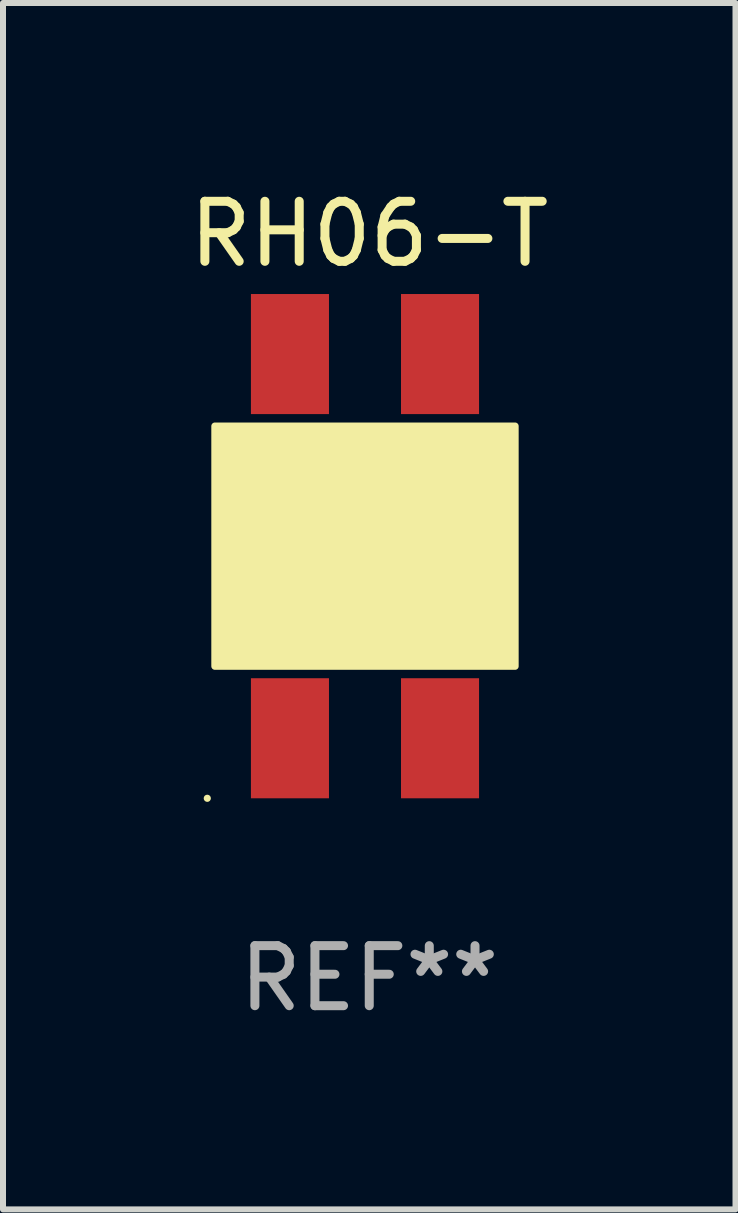
<source format=kicad_pcb>
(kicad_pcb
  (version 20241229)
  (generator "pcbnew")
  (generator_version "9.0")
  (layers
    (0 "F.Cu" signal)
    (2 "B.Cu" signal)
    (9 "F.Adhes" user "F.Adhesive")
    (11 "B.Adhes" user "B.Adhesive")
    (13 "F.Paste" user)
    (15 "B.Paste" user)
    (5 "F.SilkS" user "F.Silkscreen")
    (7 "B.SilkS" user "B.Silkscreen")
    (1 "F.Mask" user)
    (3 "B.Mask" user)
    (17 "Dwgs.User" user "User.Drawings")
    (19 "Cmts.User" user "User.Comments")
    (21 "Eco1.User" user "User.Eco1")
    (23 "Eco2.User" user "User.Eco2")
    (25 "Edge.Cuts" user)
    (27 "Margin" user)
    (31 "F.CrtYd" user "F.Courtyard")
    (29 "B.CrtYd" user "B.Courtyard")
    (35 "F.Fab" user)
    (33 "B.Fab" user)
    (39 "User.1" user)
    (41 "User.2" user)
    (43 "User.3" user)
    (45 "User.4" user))
  (footprint "RH06-T"
    (layer "F.Cu")
    (at 3.101 6.048)
    (property "Reference" "RH06-T" (at 0 -5.2 0) (layer "F.SilkS") (effects (font (size 1 1) (thickness 0.15))))
    (attr through_hole)
    (fp_line (start -1.88 1.446) (end -1.448 0.966) (stroke (width 0.387) (type solid)) (layer "F.SilkS"))
    (fp_line (start -1.702 -1.168) (end -0.737 -1.168) (stroke (width 0.387) (type solid)) (layer "F.SilkS"))
    (fp_line (start -1.448 0.966) (end -0.965 1.446) (stroke (width 0.387) (type solid)) (layer "F.SilkS"))
    (fp_line (start 0.965 -1.092) (end 1.803 -1.092) (stroke (width 0.387) (type solid)) (layer "F.SilkS"))
    (fp_line (start 1.016 1.499) (end 1.42 0.991) (stroke (width 0.387) (type solid)) (layer "F.SilkS"))
    (fp_line (start 1.397 -1.523) (end 1.397 -0.711) (stroke (width 0.387) (type solid)) (layer "F.SilkS"))
    (fp_line (start 1.42 0.991) (end 1.88 1.499) (stroke (width 0.387) (type solid)) (layer "F.SilkS"))
    (fp_circle (center -2.698 4.2) (end -2.668 4.2) (stroke (width 0.06) (type solid)) (fill no) (layer "F.SilkS"))
    (fp_poly (pts (xy -2.571 -2) (xy 2.429 -2) (xy 2.429 2) (xy -2.571 2)) (stroke (width 0.12) (type solid)) (fill yes) (layer "F.SilkS"))
    (fp_text user "REF**" (at 0 7.2 0) (layer "F.Fab") (effects (font (size 1 1) (thickness 0.15))))
    (pad "1" smd rect (at -1.321 3.2) (size 1.3 2) (layers "F.Cu" "F.Mask" "F.Paste"))
    (pad "2" smd rect (at 1.179 3.2) (size 1.3 2) (layers "F.Cu" "F.Mask" "F.Paste"))
    (pad "3" smd rect (at 1.179 -3.2) (size 1.3 2) (layers "F.Cu" "F.Mask" "F.Paste"))
    (pad "4" smd rect (at -1.321 -3.2) (size 1.3 2) (layers "F.Cu" "F.Mask" "F.Paste")))
  (gr_rect
    (start -3 -3)
    (end 9.202 17.096)
    (stroke (width 0.1) (type default))
    (fill no)
    (layer "Edge.Cuts")))
</source>
